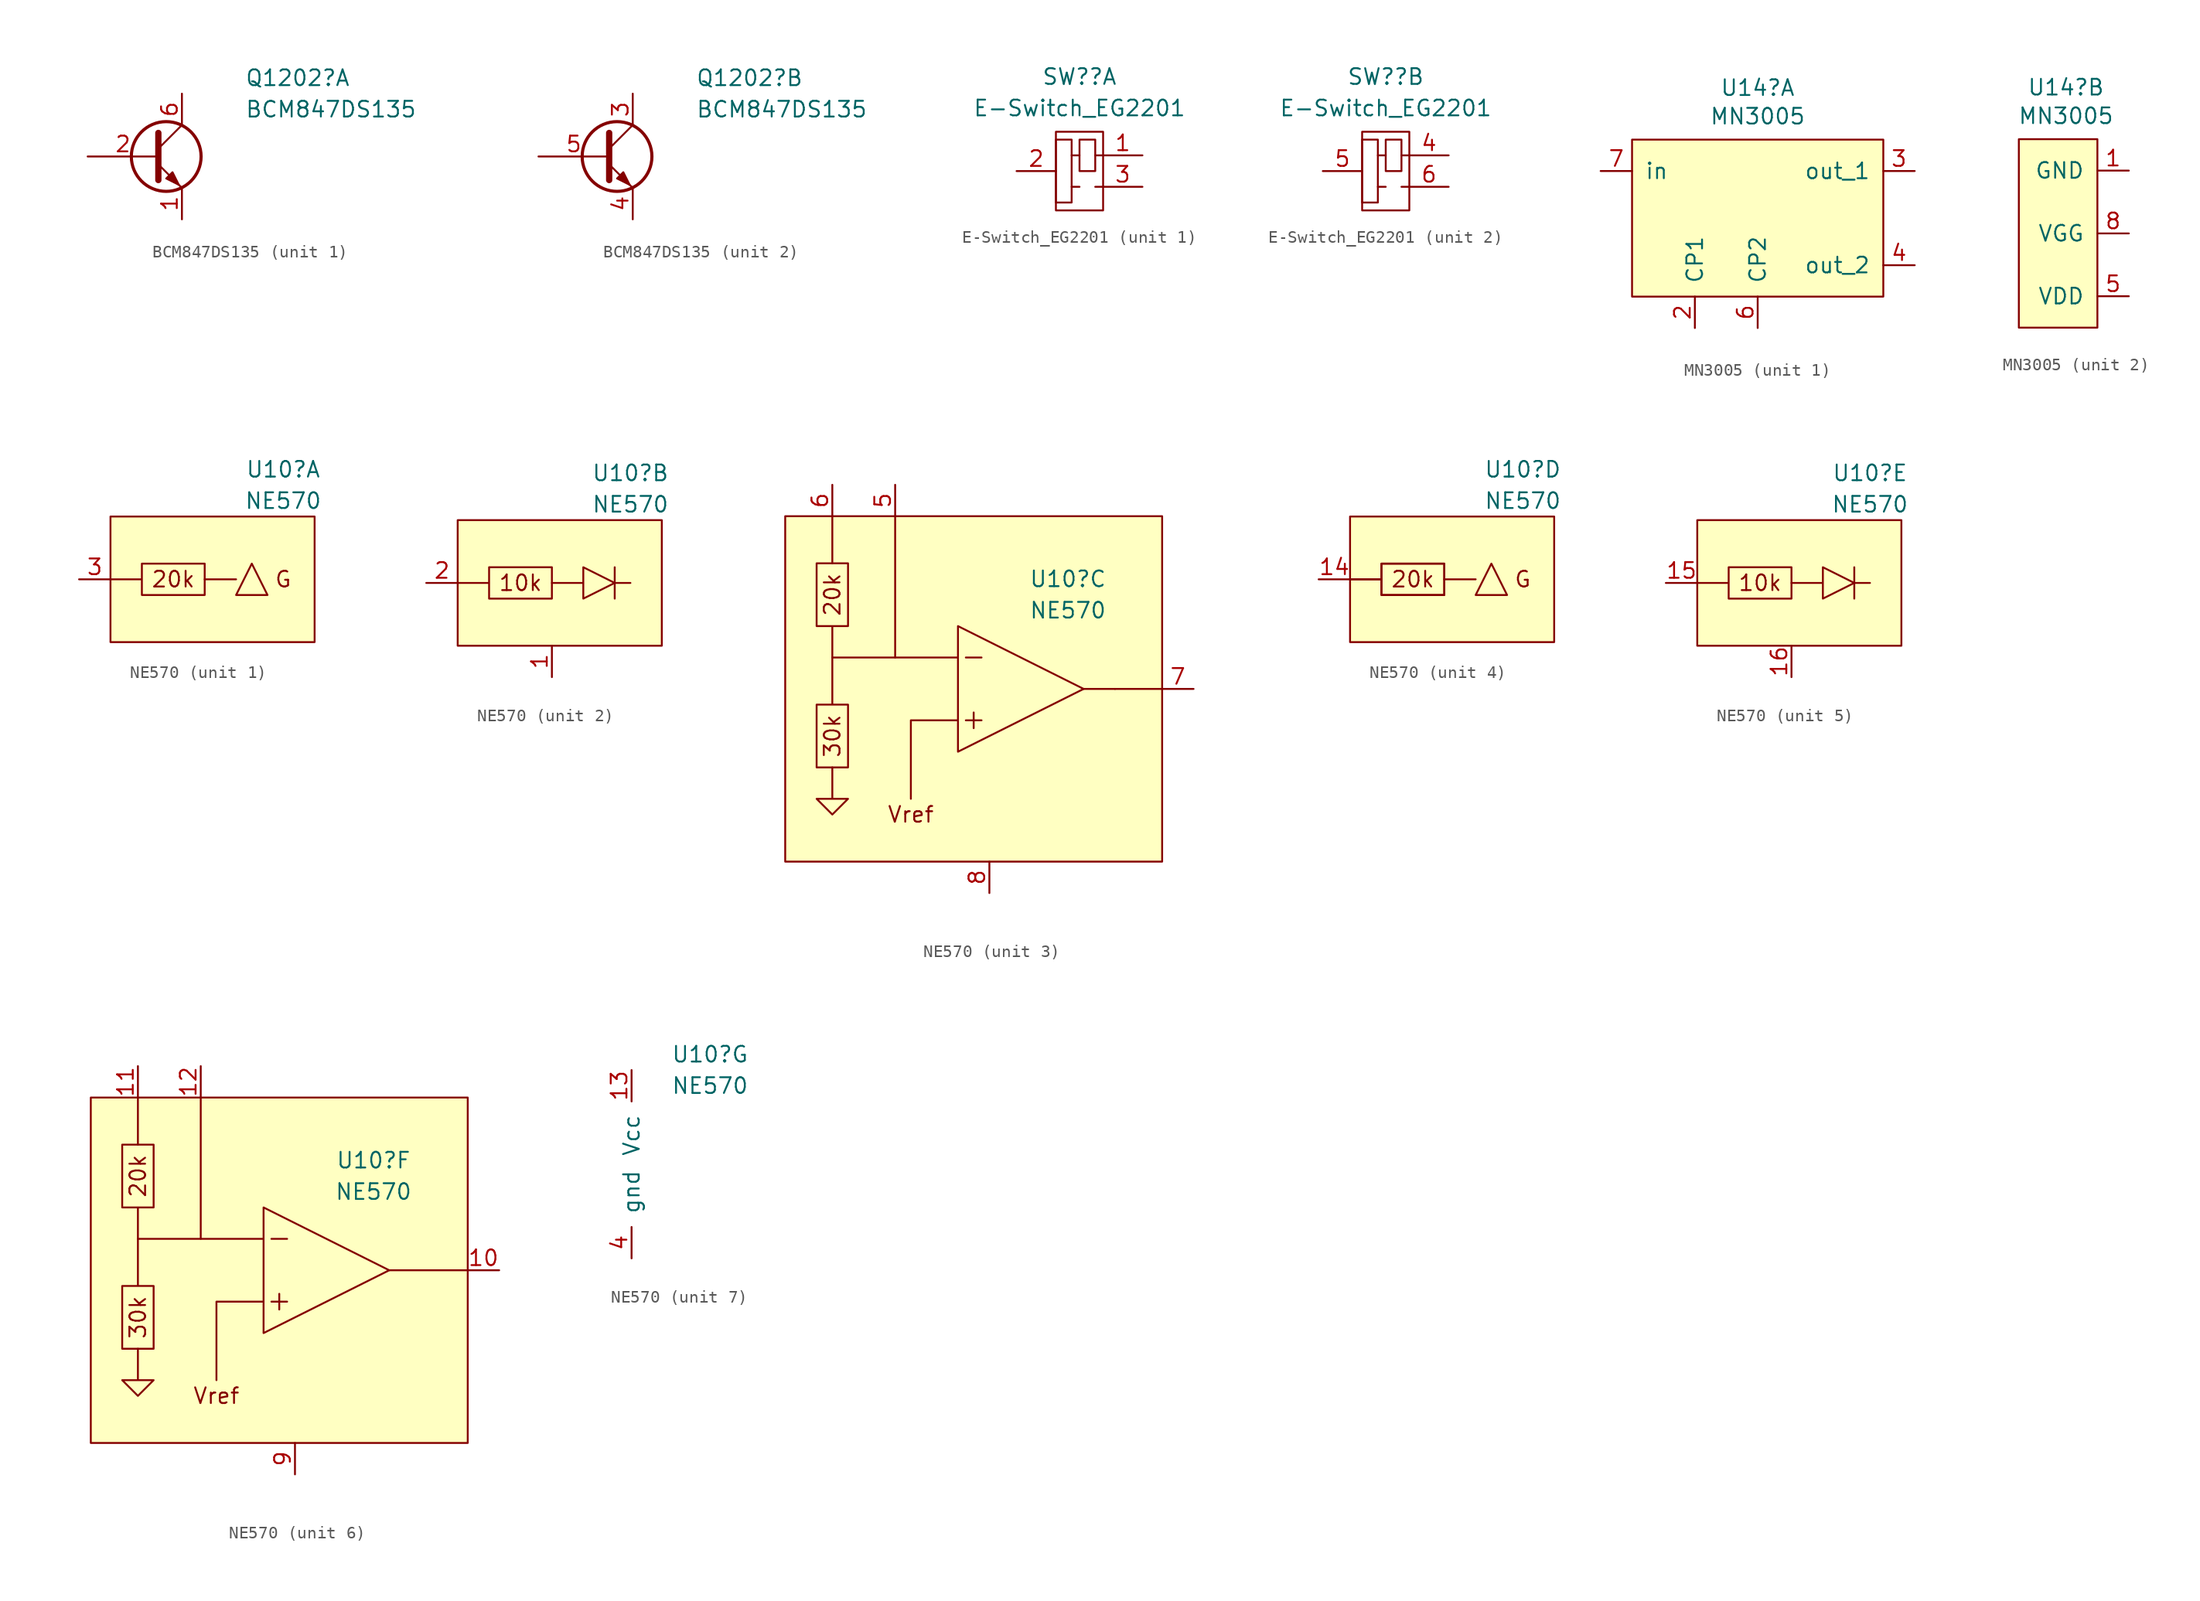
<source format=kicad_sym>
(kicad_symbol_lib
  (version 20220914)
  (generator kicad_symbol_editor)
  (symbol "BCM847DS135"
    (pin_names
      (offset 0) hide)
    (property "Reference" "Q1202"
      (at 7.62 6.35 0)
      (effects (font (size 1.27 1.27)) (justify left)))
    (property "Value" "BCM847DS135"
      (at 7.62 3.81 0)
      (effects (font (size 1.27 1.27)) (justify left)))
    (symbol "BCM847DS135_0_1"
      (polyline (pts (xy 0.635 0.635) (xy 2.54 2.54)) (stroke (width 0) (type default)) (fill (type none)))
      (polyline (pts (xy 0.635 -0.635) (xy 2.54 -2.54) (xy 2.54 -2.54)) (stroke (width 0) (type default)) (fill (type none)))
      (polyline (pts (xy 0.635 1.905) (xy 0.635 -1.905) (xy 0.635 -1.905)) (stroke (width 0.508) (type default)) (fill (type none)))
      (polyline (pts (xy 1.27 -1.778) (xy 1.778 -1.27) (xy 2.286 -2.286) (xy 1.27 -1.778) (xy 1.27 -1.778)) (stroke (width 0) (type default)) (fill (type outline)))
      (circle (center 1.27 0) (radius 2.819) (stroke (width 0.254) (type default)) (fill (type none))))
    (symbol "BCM847DS135_1_1"
      (pin passive line (at 2.54 -5.08 90) (length 2.54) (name "E" (effects (font (size 1.27 1.27)))) (number "1" (effects (font (size 1.27 1.27)))))
      (pin passive line (at -5.08 0 0) (length 5.715) (name "B" (effects (font (size 1.27 1.27)))) (number "2" (effects (font (size 1.27 1.27)))))
      (pin passive line (at 2.54 5.08 270) (length 2.54) (name "C" (effects (font (size 1.27 1.27)))) (number "6" (effects (font (size 1.27 1.27))))))
    (symbol "BCM847DS135_2_1"
      (pin passive line (at 2.54 5.08 270) (length 2.54) (name "C" (effects (font (size 1.27 1.27)))) (number "3" (effects (font (size 1.27 1.27)))))
      (pin passive line (at 2.54 -5.08 90) (length 2.54) (name "E" (effects (font (size 1.27 1.27)))) (number "4" (effects (font (size 1.27 1.27)))))
      (pin passive line (at -5.08 0 0) (length 5.715) (name "B" (effects (font (size 1.27 1.27)))) (number "5" (effects (font (size 1.27 1.27)))))))
  (symbol "E-Switch_EG2201"
    (pin_names
      (offset 1.016) hide)
    (property "Reference" "SW?"
      (at 0 7.62 0)
      (effects (font (size 1.27 1.27))))
    (property "Value" "E-Switch_EG2201"
      (at 0 5.08 0)
      (effects (font (size 1.27 1.27))))
    (property "ki_locked" ""
      (at 0 0 0)
      (effects (font (size 1.27 1.27))))
    (symbol "E-Switch_EG2201_0_1"
      (rectangle (start -1.905 2.54) (end -0.635 -2.54) (stroke (width 0) (type default)) (fill (type none)))
      (rectangle (start -1.905 3.175) (end 1.905 -3.175) (stroke (width 0) (type default)) (fill (type none)))
      (polyline (pts (xy -0.635 -1.27) (xy 0 -1.27)) (stroke (width 0) (type default)) (fill (type none)))
      (polyline (pts (xy -0.635 1.27) (xy 0 1.27)) (stroke (width 0) (type default)) (fill (type none)))
      (polyline (pts (xy 1.27 -1.27) (xy 1.905 -1.27)) (stroke (width 0) (type default)) (fill (type none)))
      (polyline (pts (xy 1.27 1.27) (xy 1.905 1.27) (xy 1.27 1.27)) (stroke (width 0) (type default)) (fill (type none)))
      (rectangle (start 0 2.54) (end 1.27 0) (stroke (width 0) (type default)) (fill (type none))))
    (symbol "E-Switch_EG2201_1_1"
      (pin passive line (at 5.08 1.27 180) (length 3.175) (name "1" (effects (font (size 1.27 1.27)))) (number "1" (effects (font (size 1.27 1.27)))))
      (pin passive line (at -5.08 0 0) (length 3.175) (name "2" (effects (font (size 1.27 1.27)))) (number "2" (effects (font (size 1.27 1.27)))))
      (pin passive line (at 5.08 -1.27 180) (length 3.175) (name "3" (effects (font (size 1.27 1.27)))) (number "3" (effects (font (size 1.27 1.27))))))
    (symbol "E-Switch_EG2201_2_1"
      (pin passive line (at 5.08 1.27 180) (length 3.175) (name "4" (effects (font (size 1.27 1.27)))) (number "4" (effects (font (size 1.27 1.27)))))
      (pin passive line (at -5.08 0 0) (length 3.175) (name "5" (effects (font (size 1.27 1.27)))) (number "5" (effects (font (size 1.27 1.27)))))
      (pin passive line (at 5.08 -1.27 180) (length 3.175) (name "6" (effects (font (size 1.27 1.27)))) (number "6" (effects (font (size 1.27 1.27)))))))
  (symbol "MN3005"
    (pin_names
      (offset 1.016))
    (property "Reference" "U14"
      (at 0 10.541 0)
      (effects (font (size 1.27 1.27))))
    (property "Value" "MN3005"
      (at 0 8.23 0)
      (effects (font (size 1.27 1.27))))
    (property "ki_locked" ""
      (at 0 0 0)
      (effects (font (size 1.27 1.27))))
    (symbol "MN3005_1_1"
      (rectangle (start 10.16 -6.35) (end -10.16 6.35) (stroke (width 0) (type default)) (fill (type background)))
      (pin input line (at -5.08 -8.89 90) (length 2.54) (name "CP1" (effects (font (size 1.27 1.27)))) (number "2" (effects (font (size 1.27 1.27)))))
      (pin output line (at 12.7 3.81 180) (length 2.54) (name "out_1" (effects (font (size 1.27 1.27)))) (number "3" (effects (font (size 1.27 1.27)))))
      (pin output line (at 12.7 -3.81 180) (length 2.54) (name "out_2" (effects (font (size 1.27 1.27)))) (number "4" (effects (font (size 1.27 1.27)))))
      (pin input line (at 0 -8.89 90) (length 2.54) (name "CP2" (effects (font (size 1.27 1.27)))) (number "6" (effects (font (size 1.27 1.27)))))
      (pin input line (at -12.7 3.81 0) (length 2.54) (name "in" (effects (font (size 1.27 1.27)))) (number "7" (effects (font (size 1.27 1.27))))))
    (symbol "MN3005_2_1"
      (rectangle (start 2.54 -8.89) (end -3.81 6.35) (stroke (width 0) (type default)) (fill (type background)))
      (pin power_in line (at 5.08 3.81 180) (length 2.54) (name "GND" (effects (font (size 1.27 1.27)))) (number "1" (effects (font (size 1.27 1.27)))))
      (pin power_in line (at 5.08 -6.35 180) (length 2.54) (name "VDD" (effects (font (size 1.27 1.27)))) (number "5" (effects (font (size 1.27 1.27)))))
      (pin input line (at 5.08 -1.27 180) (length 2.54) (name "VGG" (effects (font (size 1.27 1.27)))) (number "8" (effects (font (size 1.27 1.27)))))))
  (symbol "NE570"
    (pin_names
      (offset 1.016))
    (property "Reference" "U10"
      (at 6.35 8.89 0)
      (effects (font (size 1.27 1.27))))
    (property "Value" "NE570"
      (at 6.35 6.35 0)
      (effects (font (size 1.27 1.27))))
    (property "ki_locked" ""
      (at 0 0 0)
      (effects (font (size 1.27 1.27))))
    (symbol "NE570_1_0"
      (polyline (pts (xy 0 0) (xy 2.54 0)) (stroke (width 0) (type default)) (fill (type none)))
      (text "20k" (at -2.54 0 0) (effects (font (size 1.27 1.27)))))
    (symbol "NE570_1_1"
      (rectangle (start -7.62 5.08) (end 8.89 -5.08) (stroke (width 0) (type default)) (fill (type background)))
      (polyline (pts (xy 2.54 -1.27) (xy 3.81 1.27) (xy 5.08 -1.27) (xy 2.54 -1.27)) (stroke (width 0) (type default)) (fill (type none)))
      (polyline (pts (xy -7.62 0) (xy -5.08 0) (xy -5.08 1.27) (xy 0 1.27) (xy 0 -1.27) (xy -5.08 -1.27) (xy -5.08 0)) (stroke (width 0) (type default)) (fill (type none)))
      (text "G" (at 6.35 0 0) (effects (font (size 1.27 1.27))))
      (pin input line (at -10.16 0 0) (length 2.54) (name "~" (effects (font (size 1.27 1.27)))) (number "3" (effects (font (size 1.27 1.27))))))
    (symbol "NE570_2_1"
      (rectangle (start -7.62 5.08) (end 8.89 -5.08) (stroke (width 0) (type default)) (fill (type background)))
      (polyline (pts (xy 5.08 0) (xy 6.35 0)) (stroke (width 0) (type default)) (fill (type none)))
      (polyline (pts (xy 5.08 1.27) (xy 5.08 -1.27)) (stroke (width 0) (type default)) (fill (type none)))
      (polyline (pts (xy 0 0) (xy 2.54 0) (xy 2.54 1.27) (xy 5.08 0) (xy 2.54 -1.27) (xy 2.54 0) (xy 2.54 -1.27)) (stroke (width 0) (type default)) (fill (type none)))
      (polyline (pts (xy -7.62 0) (xy -5.08 0) (xy -5.08 1.27) (xy -1.27 1.27) (xy 0 1.27) (xy 0 -1.27) (xy -5.08 -1.27) (xy -5.08 0)) (stroke (width 0) (type default)) (fill (type none)))
      (text "10k" (at -2.54 0 0) (effects (font (size 1.27 1.27))))
      (pin input line (at 0 -7.62 90) (length 2.54) (name "~" (effects (font (size 1.27 1.27)))) (number "1" (effects (font (size 1.27 1.27)))))
      (pin input line (at -10.16 0 0) (length 2.54) (name "~" (effects (font (size 1.27 1.27)))) (number "2" (effects (font (size 1.27 1.27))))))
    (symbol "NE570_3_1"
      (rectangle (start -16.51 -13.97) (end 13.97 13.97) (stroke (width 0) (type default)) (fill (type background)))
      (polyline (pts (xy -12.7 10.16) (xy -12.7 13.97)) (stroke (width 0) (type default)) (fill (type none)))
      (polyline (pts (xy -7.62 2.54) (xy -7.62 13.97)) (stroke (width 0) (type default)) (fill (type none)))
      (polyline (pts (xy -1.905 -2.54) (xy -0.635 -2.54)) (stroke (width 0) (type default)) (fill (type none)))
      (polyline (pts (xy -1.905 2.54) (xy -0.635 2.54)) (stroke (width 0) (type default)) (fill (type none)))
      (polyline (pts (xy -1.27 -3.175) (xy -1.27 -1.905)) (stroke (width 0) (type default)) (fill (type none)))
      (polyline (pts (xy 7.62 0) (xy 10.16 0)) (stroke (width 0) (type default)) (fill (type none)))
      (polyline (pts (xy 10.16 0) (xy 13.97 0)) (stroke (width 0) (type default)) (fill (type none)))
      (polyline (pts (xy -2.54 -2.54) (xy -6.35 -2.54) (xy -6.35 -8.89)) (stroke (width 0) (type default)) (fill (type none)))
      (polyline (pts (xy -2.54 5.08) (xy -2.54 -5.08) (xy 7.62 0) (xy -2.54 5.08)) (stroke (width 0) (type default)) (fill (type none)))
      (polyline (pts (xy -12.7 -6.35) (xy -12.7 -8.89) (xy -13.97 -8.89) (xy -12.7 -10.16) (xy -11.43 -8.89) (xy -12.7 -8.89)) (stroke (width 0) (type default)) (fill (type none)))
      (polyline (pts (xy -12.7 2.54) (xy -12.7 5.08) (xy -13.97 5.08) (xy -13.97 10.16) (xy -11.43 10.16) (xy -11.43 5.08) (xy -12.7 5.08)) (stroke (width 0) (type default)) (fill (type none)))
      (polyline (pts (xy -2.54 2.54) (xy -12.7 2.54) (xy -12.7 -1.27) (xy -13.97 -1.27) (xy -13.97 -6.35) (xy -11.43 -6.35) (xy -11.43 -1.27) (xy -12.7 -1.27)) (stroke (width 0) (type default)) (fill (type none)))
      (text "20k" (at -12.7 7.62 900) (effects (font (size 1.27 1.27))))
      (text "30k" (at -12.7 -3.81 900) (effects (font (size 1.27 1.27))))
      (text "Vref" (at -6.35 -10.16 0) (effects (font (size 1.27 1.27))))
      (pin input line (at -7.62 16.51 270) (length 2.54) (name "~" (effects (font (size 1.27 1.27)))) (number "5" (effects (font (size 1.27 1.27)))))
      (pin input line (at -12.7 16.51 270) (length 2.54) (name "~" (effects (font (size 1.27 1.27)))) (number "6" (effects (font (size 1.27 1.27)))))
      (pin output line (at 16.51 0 180) (length 2.54) (name "~" (effects (font (size 1.27 1.27)))) (number "7" (effects (font (size 1.27 1.27)))))
      (pin input line (at 0 -16.51 90) (length 2.54) (name "~" (effects (font (size 1.27 1.27)))) (number "8" (effects (font (size 1.27 1.27))))))
    (symbol "NE570_4_0"
      (polyline (pts (xy -7.62 0) (xy -5.08 0) (xy -5.08 1.27) (xy 0 1.27) (xy 0 -1.27) (xy -5.08 -1.27) (xy -5.08 0)) (stroke (width 0) (type default)) (fill (type none))))
    (symbol "NE570_4_1"
      (rectangle (start -7.62 5.08) (end 8.89 -5.08) (stroke (width 0) (type default)) (fill (type background)))
      (polyline (pts (xy 0 0) (xy 2.54 0)) (stroke (width 0) (type default)) (fill (type none)))
      (polyline (pts (xy 2.54 -1.27) (xy 3.81 1.27) (xy 5.08 -1.27) (xy 2.54 -1.27)) (stroke (width 0) (type default)) (fill (type none)))
      (polyline (pts (xy -7.62 0) (xy -5.08 0) (xy -5.08 1.27) (xy 0 1.27) (xy 0 -1.27) (xy -5.08 -1.27) (xy -5.08 0)) (stroke (width 0) (type default)) (fill (type none)))
      (text "20k" (at -2.54 0 0) (effects (font (size 1.27 1.27))))
      (text "G" (at 6.35 0 0) (effects (font (size 1.27 1.27))))
      (pin input line (at -10.16 0 0) (length 2.54) (name "~" (effects (font (size 1.27 1.27)))) (number "14" (effects (font (size 1.27 1.27))))))
    (symbol "NE570_5_1"
      (rectangle (start -7.62 5.08) (end 8.89 -5.08) (stroke (width 0) (type default)) (fill (type background)))
      (polyline (pts (xy 5.08 0) (xy 6.35 0)) (stroke (width 0) (type default)) (fill (type none)))
      (polyline (pts (xy 5.08 1.27) (xy 5.08 -1.27)) (stroke (width 0) (type default)) (fill (type none)))
      (polyline (pts (xy 0 0) (xy 2.54 0) (xy 2.54 1.27) (xy 5.08 0) (xy 2.54 -1.27) (xy 2.54 0) (xy 2.54 -1.27)) (stroke (width 0) (type default)) (fill (type none)))
      (polyline (pts (xy -7.62 0) (xy -5.08 0) (xy -5.08 1.27) (xy -1.27 1.27) (xy 0 1.27) (xy 0 -1.27) (xy -5.08 -1.27) (xy -5.08 0)) (stroke (width 0) (type default)) (fill (type none)))
      (text "10k" (at -2.54 0 0) (effects (font (size 1.27 1.27))))
      (pin input line (at -10.16 0 0) (length 2.54) (name "~" (effects (font (size 1.27 1.27)))) (number "15" (effects (font (size 1.27 1.27)))))
      (pin input line (at 0 -7.62 90) (length 2.54) (name "~" (effects (font (size 1.27 1.27)))) (number "16" (effects (font (size 1.27 1.27))))))
    (symbol "NE570_6_1"
      (rectangle (start -16.51 -13.97) (end 13.97 13.97) (stroke (width 0) (type default)) (fill (type background)))
      (polyline (pts (xy -12.7 10.16) (xy -12.7 13.97)) (stroke (width 0) (type default)) (fill (type none)))
      (polyline (pts (xy -7.62 2.54) (xy -7.62 13.97)) (stroke (width 0) (type default)) (fill (type none)))
      (polyline (pts (xy -1.905 -2.54) (xy -0.635 -2.54)) (stroke (width 0) (type default)) (fill (type none)))
      (polyline (pts (xy -1.905 2.54) (xy -0.635 2.54)) (stroke (width 0) (type default)) (fill (type none)))
      (polyline (pts (xy -1.27 -3.175) (xy -1.27 -1.905)) (stroke (width 0) (type default)) (fill (type none)))
      (polyline (pts (xy 7.62 0) (xy 13.97 0)) (stroke (width 0) (type default)) (fill (type none)))
      (polyline (pts (xy -2.54 -2.54) (xy -6.35 -2.54) (xy -6.35 -8.89)) (stroke (width 0) (type default)) (fill (type none)))
      (polyline (pts (xy -2.54 5.08) (xy -2.54 -5.08) (xy 7.62 0) (xy -2.54 5.08)) (stroke (width 0) (type default)) (fill (type none)))
      (polyline (pts (xy -12.7 -6.35) (xy -12.7 -8.89) (xy -13.97 -8.89) (xy -12.7 -10.16) (xy -11.43 -8.89) (xy -12.7 -8.89)) (stroke (width 0) (type default)) (fill (type none)))
      (polyline (pts (xy -12.7 2.54) (xy -12.7 5.08) (xy -13.97 5.08) (xy -13.97 10.16) (xy -11.43 10.16) (xy -11.43 5.08) (xy -12.7 5.08)) (stroke (width 0) (type default)) (fill (type none)))
      (polyline (pts (xy -2.54 2.54) (xy -12.7 2.54) (xy -12.7 -1.27) (xy -13.97 -1.27) (xy -13.97 -6.35) (xy -11.43 -6.35) (xy -11.43 -1.27) (xy -12.7 -1.27)) (stroke (width 0) (type default)) (fill (type none)))
      (text "20k" (at -12.7 7.62 900) (effects (font (size 1.27 1.27))))
      (text "30k" (at -12.7 -3.81 900) (effects (font (size 1.27 1.27))))
      (text "Vref" (at -6.35 -10.16 0) (effects (font (size 1.27 1.27))))
      (pin output line (at 16.51 0 180) (length 2.54) (name "~" (effects (font (size 1.27 1.27)))) (number "10" (effects (font (size 1.27 1.27)))))
      (pin input line (at -12.7 16.51 270) (length 2.54) (name "~" (effects (font (size 1.27 1.27)))) (number "11" (effects (font (size 1.27 1.27)))))
      (pin input line (at -7.62 16.51 270) (length 2.54) (name "~" (effects (font (size 1.27 1.27)))) (number "12" (effects (font (size 1.27 1.27)))))
      (pin input line (at 0 -16.51 90) (length 2.54) (name "~" (effects (font (size 1.27 1.27)))) (number "9" (effects (font (size 1.27 1.27))))))
    (symbol "NE570_7_1"
      (pin power_in line (at 0 7.62 270) (length 2.54) (name "Vcc" (effects (font (size 1.27 1.27)))) (number "13" (effects (font (size 1.27 1.27)))))
      (pin power_in line (at 0 -7.62 90) (length 2.54) (name "gnd" (effects (font (size 1.27 1.27)))) (number "4" (effects (font (size 1.27 1.27))))))))
</source>
